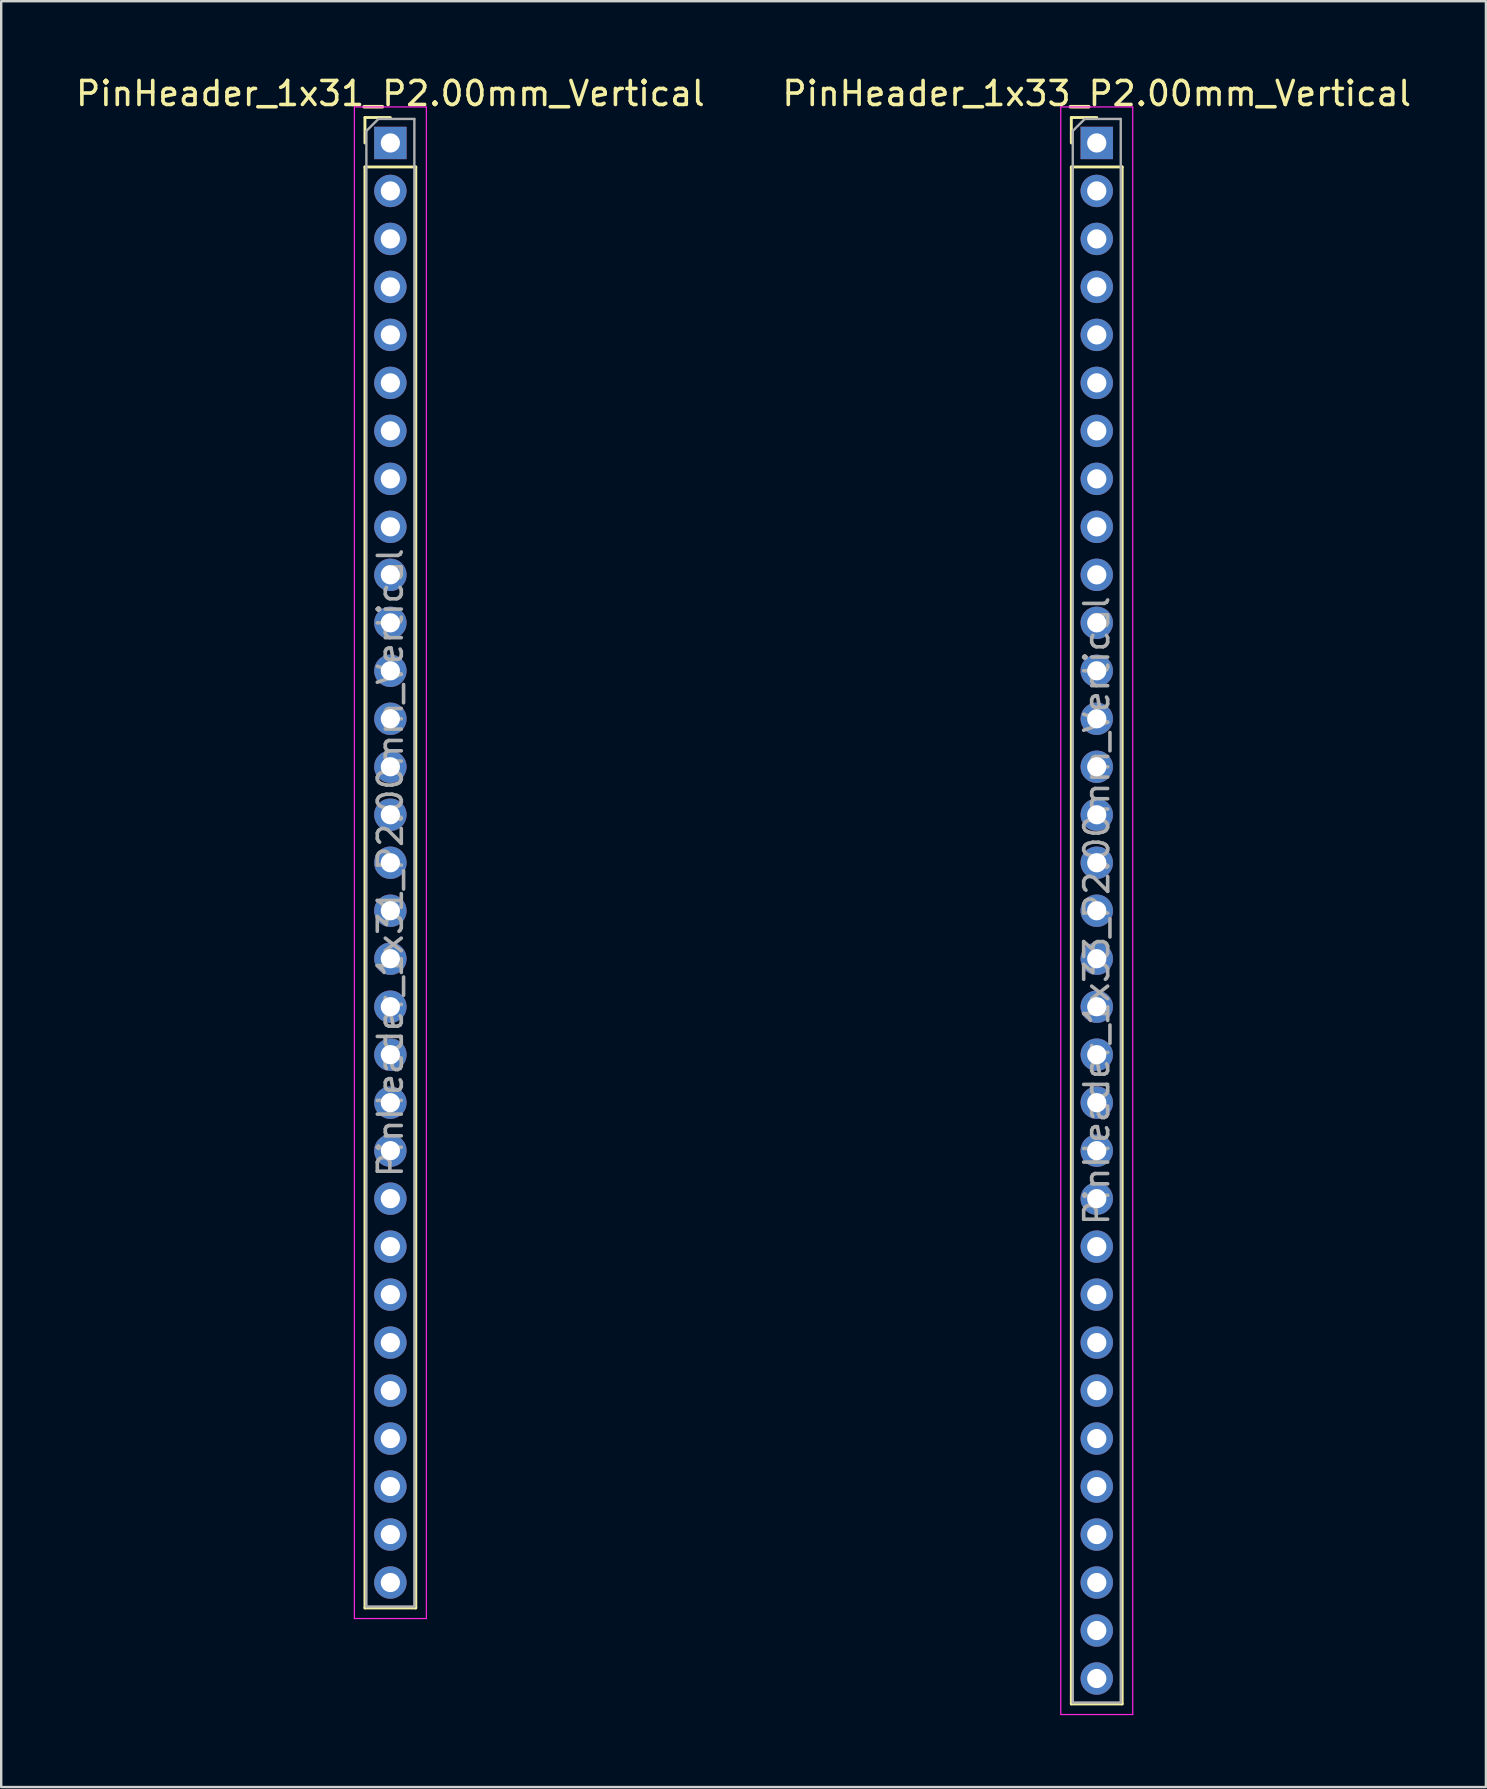
<source format=kicad_pcb>
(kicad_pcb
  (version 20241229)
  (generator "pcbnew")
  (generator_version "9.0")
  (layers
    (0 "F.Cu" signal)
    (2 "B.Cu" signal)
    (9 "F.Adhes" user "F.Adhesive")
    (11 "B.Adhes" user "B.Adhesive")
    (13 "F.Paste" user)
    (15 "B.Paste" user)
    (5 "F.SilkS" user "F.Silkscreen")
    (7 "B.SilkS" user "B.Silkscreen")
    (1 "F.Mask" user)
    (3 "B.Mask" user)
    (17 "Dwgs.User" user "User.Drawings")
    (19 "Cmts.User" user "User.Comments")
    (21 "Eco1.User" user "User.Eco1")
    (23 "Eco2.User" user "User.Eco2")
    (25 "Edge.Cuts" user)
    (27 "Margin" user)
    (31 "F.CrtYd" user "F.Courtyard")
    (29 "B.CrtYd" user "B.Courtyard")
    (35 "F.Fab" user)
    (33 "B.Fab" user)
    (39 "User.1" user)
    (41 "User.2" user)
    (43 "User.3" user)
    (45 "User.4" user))
  (footprint "PinHeader_1x31_P2.00mm_Vertical"
    (layer "F.Cu")
    (at 13.22 2.908)
    (property "Reference" "PinHeader_1x31_P2.00mm_Vertical" (at 0 -2.06 0) (layer "F.SilkS") (effects (font (size 1 1) (thickness 0.15))))
    (attr through_hole)
    (fp_line (start -1.06 -1.06) (end 0 -1.06) (stroke (width 0.12) (type solid)) (layer "F.SilkS"))
    (fp_line (start -1.06 0) (end -1.06 -1.06) (stroke (width 0.12) (type solid)) (layer "F.SilkS"))
    (fp_line (start -1.06 1) (end -1.06 61.06) (stroke (width 0.12) (type solid)) (layer "F.SilkS"))
    (fp_line (start -1.06 1) (end 1.06 1) (stroke (width 0.12) (type solid)) (layer "F.SilkS"))
    (fp_line (start -1.06 61.06) (end 1.06 61.06) (stroke (width 0.12) (type solid)) (layer "F.SilkS"))
    (fp_line (start 1.06 1) (end 1.06 61.06) (stroke (width 0.12) (type solid)) (layer "F.SilkS"))
    (fp_line (start -1.5 -1.5) (end -1.5 61.5) (stroke (width 0.05) (type solid)) (layer "F.CrtYd"))
    (fp_line (start -1.5 61.5) (end 1.5 61.5) (stroke (width 0.05) (type solid)) (layer "F.CrtYd"))
    (fp_line (start 1.5 -1.5) (end -1.5 -1.5) (stroke (width 0.05) (type solid)) (layer "F.CrtYd"))
    (fp_line (start 1.5 61.5) (end 1.5 -1.5) (stroke (width 0.05) (type solid)) (layer "F.CrtYd"))
    (fp_line (start -1 -0.5) (end -0.5 -1) (stroke (width 0.1) (type solid)) (layer "F.Fab"))
    (fp_line (start -1 61) (end -1 -0.5) (stroke (width 0.1) (type solid)) (layer "F.Fab"))
    (fp_line (start -0.5 -1) (end 1 -1) (stroke (width 0.1) (type solid)) (layer "F.Fab"))
    (fp_line (start 1 -1) (end 1 61) (stroke (width 0.1) (type solid)) (layer "F.Fab"))
    (fp_line (start 1 61) (end -1 61) (stroke (width 0.1) (type solid)) (layer "F.Fab"))
    (fp_text user "${REFERENCE}" (at 0 30 90) (layer "F.Fab") (effects (font (size 1 1) (thickness 0.15))))
    (pad "1" thru_hole rect (at 0 0) (size 1.35 1.35) (drill 0.8) (layers "*.Cu" "*.Mask"))
    (pad "2" thru_hole oval (at 0 2) (size 1.35 1.35) (drill 0.8) (layers "*.Cu" "*.Mask"))
    (pad "3" thru_hole oval (at 0 4) (size 1.35 1.35) (drill 0.8) (layers "*.Cu" "*.Mask"))
    (pad "4" thru_hole oval (at 0 6) (size 1.35 1.35) (drill 0.8) (layers "*.Cu" "*.Mask"))
    (pad "5" thru_hole oval (at 0 8) (size 1.35 1.35) (drill 0.8) (layers "*.Cu" "*.Mask"))
    (pad "6" thru_hole oval (at 0 10) (size 1.35 1.35) (drill 0.8) (layers "*.Cu" "*.Mask"))
    (pad "7" thru_hole oval (at 0 12) (size 1.35 1.35) (drill 0.8) (layers "*.Cu" "*.Mask"))
    (pad "8" thru_hole oval (at 0 14) (size 1.35 1.35) (drill 0.8) (layers "*.Cu" "*.Mask"))
    (pad "9" thru_hole oval (at 0 16) (size 1.35 1.35) (drill 0.8) (layers "*.Cu" "*.Mask"))
    (pad "10" thru_hole oval (at 0 18) (size 1.35 1.35) (drill 0.8) (layers "*.Cu" "*.Mask"))
    (pad "11" thru_hole oval (at 0 20) (size 1.35 1.35) (drill 0.8) (layers "*.Cu" "*.Mask"))
    (pad "12" thru_hole oval (at 0 22) (size 1.35 1.35) (drill 0.8) (layers "*.Cu" "*.Mask"))
    (pad "13" thru_hole oval (at 0 24) (size 1.35 1.35) (drill 0.8) (layers "*.Cu" "*.Mask"))
    (pad "14" thru_hole oval (at 0 26) (size 1.35 1.35) (drill 0.8) (layers "*.Cu" "*.Mask"))
    (pad "15" thru_hole oval (at 0 28) (size 1.35 1.35) (drill 0.8) (layers "*.Cu" "*.Mask"))
    (pad "16" thru_hole oval (at 0 30) (size 1.35 1.35) (drill 0.8) (layers "*.Cu" "*.Mask"))
    (pad "17" thru_hole oval (at 0 32) (size 1.35 1.35) (drill 0.8) (layers "*.Cu" "*.Mask"))
    (pad "18" thru_hole oval (at 0 34) (size 1.35 1.35) (drill 0.8) (layers "*.Cu" "*.Mask"))
    (pad "19" thru_hole oval (at 0 36) (size 1.35 1.35) (drill 0.8) (layers "*.Cu" "*.Mask"))
    (pad "20" thru_hole oval (at 0 38) (size 1.35 1.35) (drill 0.8) (layers "*.Cu" "*.Mask"))
    (pad "21" thru_hole oval (at 0 40) (size 1.35 1.35) (drill 0.8) (layers "*.Cu" "*.Mask"))
    (pad "22" thru_hole oval (at 0 42) (size 1.35 1.35) (drill 0.8) (layers "*.Cu" "*.Mask"))
    (pad "23" thru_hole oval (at 0 44) (size 1.35 1.35) (drill 0.8) (layers "*.Cu" "*.Mask"))
    (pad "24" thru_hole oval (at 0 46) (size 1.35 1.35) (drill 0.8) (layers "*.Cu" "*.Mask"))
    (pad "25" thru_hole oval (at 0 48) (size 1.35 1.35) (drill 0.8) (layers "*.Cu" "*.Mask"))
    (pad "26" thru_hole oval (at 0 50) (size 1.35 1.35) (drill 0.8) (layers "*.Cu" "*.Mask"))
    (pad "27" thru_hole oval (at 0 52) (size 1.35 1.35) (drill 0.8) (layers "*.Cu" "*.Mask"))
    (pad "28" thru_hole oval (at 0 54) (size 1.35 1.35) (drill 0.8) (layers "*.Cu" "*.Mask"))
    (pad "29" thru_hole oval (at 0 56) (size 1.35 1.35) (drill 0.8) (layers "*.Cu" "*.Mask"))
    (pad "30" thru_hole oval (at 0 58) (size 1.35 1.35) (drill 0.8) (layers "*.Cu" "*.Mask"))
    (pad "31" thru_hole oval (at 0 60) (size 1.35 1.35) (drill 0.8) (layers "*.Cu" "*.Mask")))
  (footprint "PinHeader_1x33_P2.00mm_Vertical"
    (layer "F.Cu")
    (at 42.661 2.908)
    (property "Reference" "PinHeader_1x33_P2.00mm_Vertical" (at 0 -2.06 0) (layer "F.SilkS") (effects (font (size 1 1) (thickness 0.15))))
    (attr through_hole)
    (fp_line (start -1.06 -1.06) (end 0 -1.06) (stroke (width 0.12) (type solid)) (layer "F.SilkS"))
    (fp_line (start -1.06 0) (end -1.06 -1.06) (stroke (width 0.12) (type solid)) (layer "F.SilkS"))
    (fp_line (start -1.06 1) (end -1.06 65.06) (stroke (width 0.12) (type solid)) (layer "F.SilkS"))
    (fp_line (start -1.06 1) (end 1.06 1) (stroke (width 0.12) (type solid)) (layer "F.SilkS"))
    (fp_line (start -1.06 65.06) (end 1.06 65.06) (stroke (width 0.12) (type solid)) (layer "F.SilkS"))
    (fp_line (start 1.06 1) (end 1.06 65.06) (stroke (width 0.12) (type solid)) (layer "F.SilkS"))
    (fp_line (start -1.5 -1.5) (end -1.5 65.5) (stroke (width 0.05) (type solid)) (layer "F.CrtYd"))
    (fp_line (start -1.5 65.5) (end 1.5 65.5) (stroke (width 0.05) (type solid)) (layer "F.CrtYd"))
    (fp_line (start 1.5 -1.5) (end -1.5 -1.5) (stroke (width 0.05) (type solid)) (layer "F.CrtYd"))
    (fp_line (start 1.5 65.5) (end 1.5 -1.5) (stroke (width 0.05) (type solid)) (layer "F.CrtYd"))
    (fp_line (start -1 -0.5) (end -0.5 -1) (stroke (width 0.1) (type solid)) (layer "F.Fab"))
    (fp_line (start -1 65) (end -1 -0.5) (stroke (width 0.1) (type solid)) (layer "F.Fab"))
    (fp_line (start -0.5 -1) (end 1 -1) (stroke (width 0.1) (type solid)) (layer "F.Fab"))
    (fp_line (start 1 -1) (end 1 65) (stroke (width 0.1) (type solid)) (layer "F.Fab"))
    (fp_line (start 1 65) (end -1 65) (stroke (width 0.1) (type solid)) (layer "F.Fab"))
    (fp_text user "${REFERENCE}" (at 0 32 90) (layer "F.Fab") (effects (font (size 1 1) (thickness 0.15))))
    (pad "1" thru_hole rect (at 0 0) (size 1.35 1.35) (drill 0.8) (layers "*.Cu" "*.Mask"))
    (pad "2" thru_hole oval (at 0 2) (size 1.35 1.35) (drill 0.8) (layers "*.Cu" "*.Mask"))
    (pad "3" thru_hole oval (at 0 4) (size 1.35 1.35) (drill 0.8) (layers "*.Cu" "*.Mask"))
    (pad "4" thru_hole oval (at 0 6) (size 1.35 1.35) (drill 0.8) (layers "*.Cu" "*.Mask"))
    (pad "5" thru_hole oval (at 0 8) (size 1.35 1.35) (drill 0.8) (layers "*.Cu" "*.Mask"))
    (pad "6" thru_hole oval (at 0 10) (size 1.35 1.35) (drill 0.8) (layers "*.Cu" "*.Mask"))
    (pad "7" thru_hole oval (at 0 12) (size 1.35 1.35) (drill 0.8) (layers "*.Cu" "*.Mask"))
    (pad "8" thru_hole oval (at 0 14) (size 1.35 1.35) (drill 0.8) (layers "*.Cu" "*.Mask"))
    (pad "9" thru_hole oval (at 0 16) (size 1.35 1.35) (drill 0.8) (layers "*.Cu" "*.Mask"))
    (pad "10" thru_hole oval (at 0 18) (size 1.35 1.35) (drill 0.8) (layers "*.Cu" "*.Mask"))
    (pad "11" thru_hole oval (at 0 20) (size 1.35 1.35) (drill 0.8) (layers "*.Cu" "*.Mask"))
    (pad "12" thru_hole oval (at 0 22) (size 1.35 1.35) (drill 0.8) (layers "*.Cu" "*.Mask"))
    (pad "13" thru_hole oval (at 0 24) (size 1.35 1.35) (drill 0.8) (layers "*.Cu" "*.Mask"))
    (pad "14" thru_hole oval (at 0 26) (size 1.35 1.35) (drill 0.8) (layers "*.Cu" "*.Mask"))
    (pad "15" thru_hole oval (at 0 28) (size 1.35 1.35) (drill 0.8) (layers "*.Cu" "*.Mask"))
    (pad "16" thru_hole oval (at 0 30) (size 1.35 1.35) (drill 0.8) (layers "*.Cu" "*.Mask"))
    (pad "17" thru_hole oval (at 0 32) (size 1.35 1.35) (drill 0.8) (layers "*.Cu" "*.Mask"))
    (pad "18" thru_hole oval (at 0 34) (size 1.35 1.35) (drill 0.8) (layers "*.Cu" "*.Mask"))
    (pad "19" thru_hole oval (at 0 36) (size 1.35 1.35) (drill 0.8) (layers "*.Cu" "*.Mask"))
    (pad "20" thru_hole oval (at 0 38) (size 1.35 1.35) (drill 0.8) (layers "*.Cu" "*.Mask"))
    (pad "21" thru_hole oval (at 0 40) (size 1.35 1.35) (drill 0.8) (layers "*.Cu" "*.Mask"))
    (pad "22" thru_hole oval (at 0 42) (size 1.35 1.35) (drill 0.8) (layers "*.Cu" "*.Mask"))
    (pad "23" thru_hole oval (at 0 44) (size 1.35 1.35) (drill 0.8) (layers "*.Cu" "*.Mask"))
    (pad "24" thru_hole oval (at 0 46) (size 1.35 1.35) (drill 0.8) (layers "*.Cu" "*.Mask"))
    (pad "25" thru_hole oval (at 0 48) (size 1.35 1.35) (drill 0.8) (layers "*.Cu" "*.Mask"))
    (pad "26" thru_hole oval (at 0 50) (size 1.35 1.35) (drill 0.8) (layers "*.Cu" "*.Mask"))
    (pad "27" thru_hole oval (at 0 52) (size 1.35 1.35) (drill 0.8) (layers "*.Cu" "*.Mask"))
    (pad "28" thru_hole oval (at 0 54) (size 1.35 1.35) (drill 0.8) (layers "*.Cu" "*.Mask"))
    (pad "29" thru_hole oval (at 0 56) (size 1.35 1.35) (drill 0.8) (layers "*.Cu" "*.Mask"))
    (pad "30" thru_hole oval (at 0 58) (size 1.35 1.35) (drill 0.8) (layers "*.Cu" "*.Mask"))
    (pad "31" thru_hole oval (at 0 60) (size 1.35 1.35) (drill 0.8) (layers "*.Cu" "*.Mask"))
    (pad "32" thru_hole oval (at 0 62) (size 1.35 1.35) (drill 0.8) (layers "*.Cu" "*.Mask"))
    (pad "33" thru_hole oval (at 0 64) (size 1.35 1.35) (drill 0.8) (layers "*.Cu" "*.Mask")))
  (gr_rect
    (start -3 -3)
    (end 58.881 71.433)
    (stroke (width 0.1) (type default))
    (fill no)
    (layer "Edge.Cuts")))
</source>
